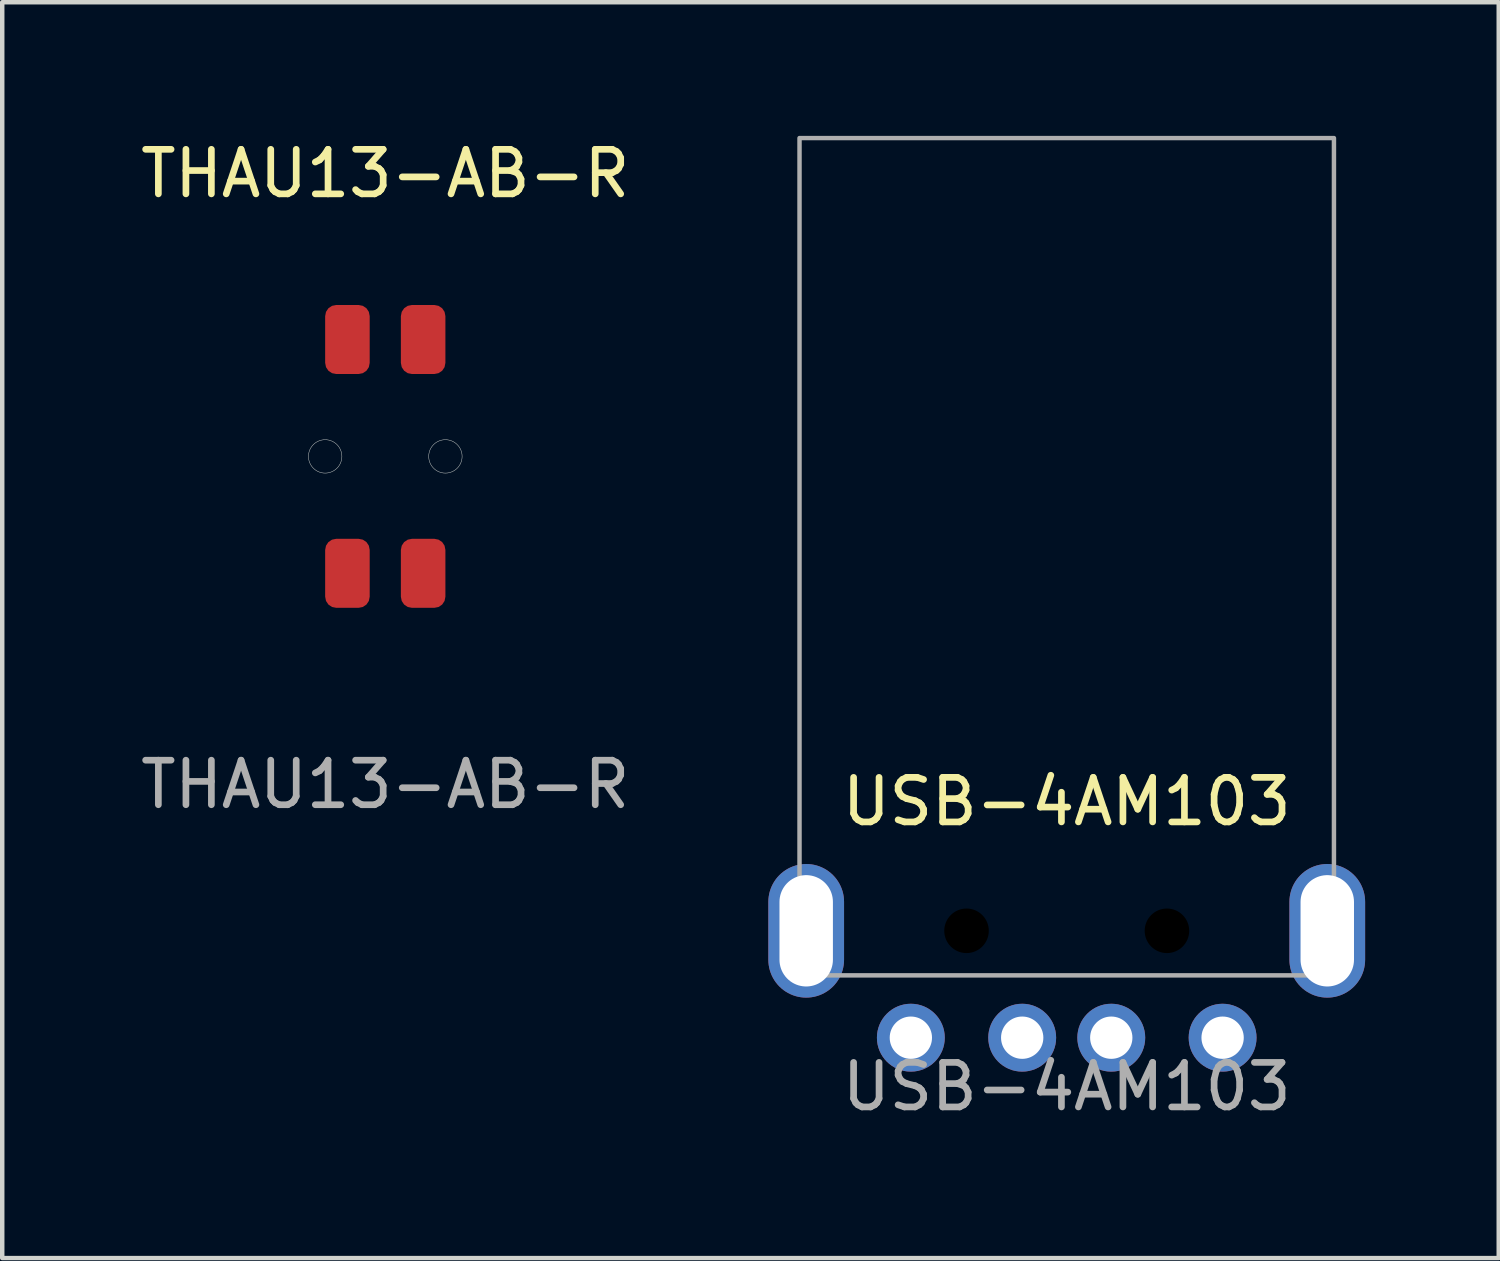
<source format=kicad_pcb>
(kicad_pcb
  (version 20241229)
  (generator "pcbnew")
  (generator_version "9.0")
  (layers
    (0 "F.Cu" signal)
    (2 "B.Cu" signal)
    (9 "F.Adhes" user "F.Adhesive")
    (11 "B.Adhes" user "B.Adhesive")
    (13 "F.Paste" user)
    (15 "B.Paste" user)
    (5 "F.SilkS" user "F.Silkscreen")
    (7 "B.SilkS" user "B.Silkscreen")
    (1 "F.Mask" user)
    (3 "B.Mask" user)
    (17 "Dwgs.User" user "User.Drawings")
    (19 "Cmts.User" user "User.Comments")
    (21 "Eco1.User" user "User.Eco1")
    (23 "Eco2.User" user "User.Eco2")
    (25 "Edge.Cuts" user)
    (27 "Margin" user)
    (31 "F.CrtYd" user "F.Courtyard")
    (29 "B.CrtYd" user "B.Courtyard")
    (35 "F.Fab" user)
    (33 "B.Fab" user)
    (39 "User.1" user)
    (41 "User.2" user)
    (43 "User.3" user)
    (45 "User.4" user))
  (footprint "THAU13-AB-R"
    (layer "F.Cu")
    (at 5.601 7.198)
    (property "Reference" "THAU13-AB-R" (at 0 -6.35 0) (unlocked yes) (layer "F.SilkS") (effects (font (size 1 1) (thickness 0.15))))
    (attr smd)
    (fp_circle (center -1.35 0) (end -0.975 0) (stroke (width 0.01) (type solid)) (fill no) (layer "Edge.Cuts"))
    (fp_circle (center 1.35 0) (end 1.725 0) (stroke (width 0.01) (type solid)) (fill no) (layer "Edge.Cuts"))
    (fp_text user "${REFERENCE}" (at 0 7.366 0) (unlocked yes) (layer "F.Fab") (effects (font (size 1 1) (thickness 0.15))))
    (pad "1" smd roundrect (at 0.85 -2.625) (size 1 1.55) (layers "F.Cu" "F.Mask" "F.Paste") (roundrect_rratio 0.25))
    (pad "2" smd roundrect (at 0.85 2.625) (size 1 1.55) (layers "F.Cu" "F.Mask" "F.Paste") (roundrect_rratio 0.25))
    (pad "3" smd roundrect (at -0.85 -2.625) (size 1 1.55) (layers "F.Cu" "F.Mask" "F.Paste") (roundrect_rratio 0.25))
    (pad "4" smd roundrect (at -0.85 2.625) (size 1 1.55) (layers "F.Cu" "F.Mask" "F.Paste") (roundrect_rratio 0.25)))
  (footprint "USB-4AM103"
    (layer "F.Cu")
    (at 20.902 18.85)
    (property "Reference" "USB-4AM103" (at 0 -3.9 0) (unlocked yes) (layer "F.SilkS") (effects (font (size 1 1) (thickness 0.15))))
    (attr through_hole)
    (fp_rect (start -6 0) (end 6 -18.8) (stroke (width 0.1) (type solid)) (fill no) (layer "F.Fab"))
    (fp_text user "${REFERENCE}" (at 0 2.5 0) (unlocked yes) (layer "F.Fab") (effects (font (size 1 1) (thickness 0.15))))
    (pad "" np_thru_hole circle (at -2.25 -1) (size 1 1) (drill 1) (layers "*.Mask"))
    (pad "" np_thru_hole circle (at 2.25 -1) (size 1 1) (drill 1) (layers "*.Mask"))
    (pad "1" thru_hole circle (at -3.5 1.4) (size 1.524 1.524) (drill 0.95) (layers "*.Cu" "*.Mask"))
    (pad "2" thru_hole circle (at -1 1.4) (size 1.524 1.524) (drill 0.95) (layers "*.Cu" "*.Mask"))
    (pad "3" thru_hole circle (at 1 1.4) (size 1.524 1.524) (drill 0.95) (layers "*.Cu" "*.Mask"))
    (pad "4" thru_hole circle (at 3.5 1.4) (size 1.524 1.524) (drill 0.95) (layers "*.Cu" "*.Mask"))
    (pad "5" thru_hole oval (at -5.85 -1) (size 1.7 3) (drill oval 1.2 2.5) (layers "*.Cu" "*.Mask"))
    (pad "5" thru_hole oval (at 5.85 -1) (size 1.7 3) (drill oval 1.2 2.5) (layers "*.Cu" "*.Mask")))
  (gr_rect
    (start -3 -3)
    (end 30.602 25.198)
    (stroke (width 0.1) (type default))
    (fill no)
    (layer "Edge.Cuts")))
</source>
